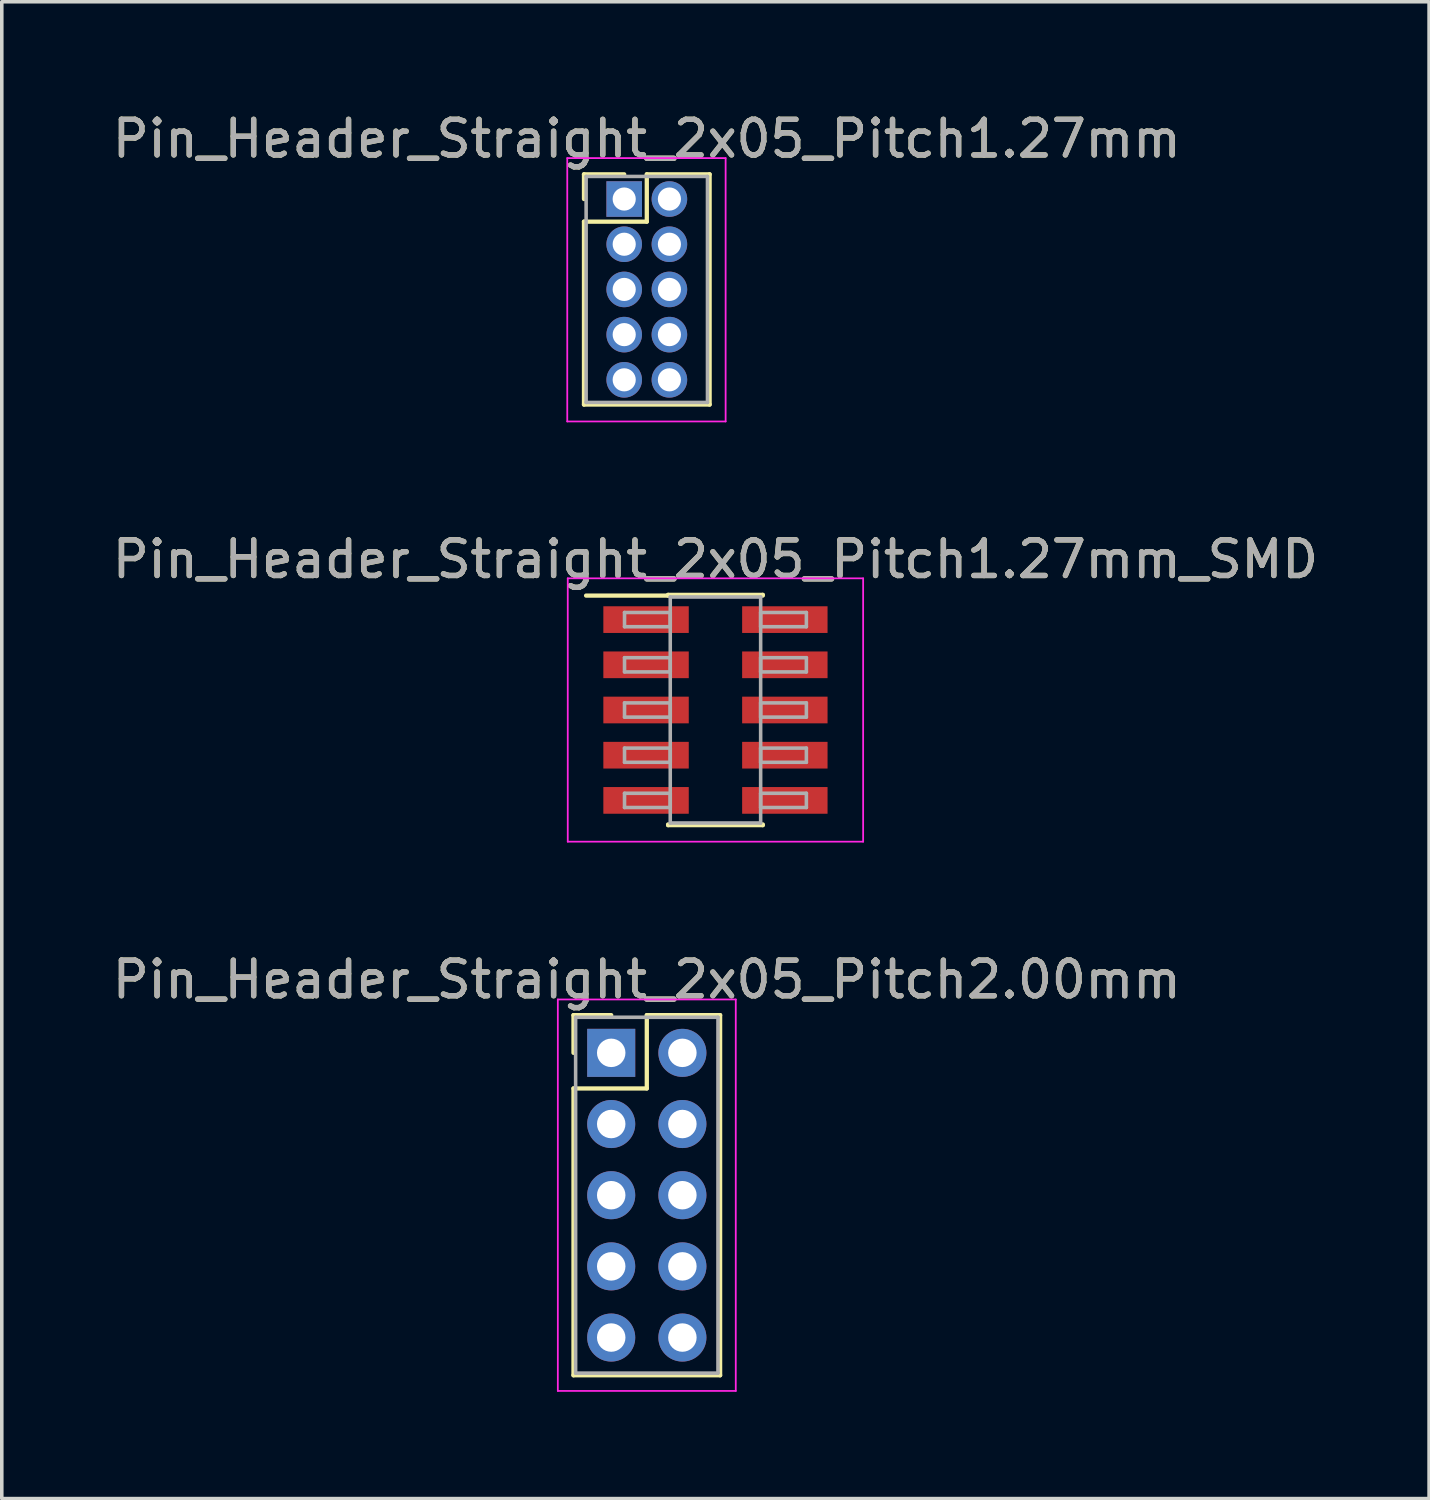
<source format=kicad_pcb>
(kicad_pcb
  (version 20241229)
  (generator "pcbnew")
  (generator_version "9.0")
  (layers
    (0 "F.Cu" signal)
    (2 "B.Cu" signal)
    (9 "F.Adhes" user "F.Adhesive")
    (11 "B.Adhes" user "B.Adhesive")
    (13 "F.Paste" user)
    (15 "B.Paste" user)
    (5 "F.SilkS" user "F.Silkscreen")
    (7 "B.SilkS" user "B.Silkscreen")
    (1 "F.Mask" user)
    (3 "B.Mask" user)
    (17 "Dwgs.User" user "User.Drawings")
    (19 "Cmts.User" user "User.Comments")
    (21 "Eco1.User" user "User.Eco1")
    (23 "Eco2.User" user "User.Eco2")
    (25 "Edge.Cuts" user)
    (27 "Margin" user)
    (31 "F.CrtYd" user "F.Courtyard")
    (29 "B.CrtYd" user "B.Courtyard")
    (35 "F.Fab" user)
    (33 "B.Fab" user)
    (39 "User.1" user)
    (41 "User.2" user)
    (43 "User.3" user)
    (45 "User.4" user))
  (footprint "Pin_Header_Straight_2x05_Pitch1.27mm"
    (layer "F.Cu")
    (at 14.49 2.543)
    (property "Reference" "Pin_Header_Straight_2x05_Pitch1.27mm" (at 0.635 -1.695 0) (layer "F.SilkS") (effects (font (size 1 1) (thickness 0.15))))
    (attr through_hole)
    (fp_line (start -1.13 -0.695) (end 0 -0.695) (stroke (width 0.12) (type solid)) (layer "F.SilkS"))
    (fp_line (start -1.13 0) (end -1.13 -0.695) (stroke (width 0.12) (type solid)) (layer "F.SilkS"))
    (fp_line (start -1.13 0.635) (end -1.13 5.775) (stroke (width 0.12) (type solid)) (layer "F.SilkS"))
    (fp_line (start -1.13 5.775) (end 2.4 5.775) (stroke (width 0.12) (type solid)) (layer "F.SilkS"))
    (fp_line (start 0.635 -0.695) (end 0.635 0.635) (stroke (width 0.12) (type solid)) (layer "F.SilkS"))
    (fp_line (start 0.635 0.635) (end -1.13 0.635) (stroke (width 0.12) (type solid)) (layer "F.SilkS"))
    (fp_line (start 2.4 -0.695) (end 0.635 -0.695) (stroke (width 0.12) (type solid)) (layer "F.SilkS"))
    (fp_line (start 2.4 5.775) (end 2.4 -0.695) (stroke (width 0.12) (type solid)) (layer "F.SilkS"))
    (fp_line (start -1.6 -1.15) (end -1.6 6.25) (stroke (width 0.05) (type solid)) (layer "F.CrtYd"))
    (fp_line (start -1.6 6.25) (end 2.85 6.25) (stroke (width 0.05) (type solid)) (layer "F.CrtYd"))
    (fp_line (start 2.85 -1.15) (end -1.6 -1.15) (stroke (width 0.05) (type solid)) (layer "F.CrtYd"))
    (fp_line (start 2.85 6.25) (end 2.85 -1.15) (stroke (width 0.05) (type solid)) (layer "F.CrtYd"))
    (fp_line (start -1.07 -0.635) (end -1.07 5.715) (stroke (width 0.1) (type solid)) (layer "F.Fab"))
    (fp_line (start -1.07 5.715) (end 2.34 5.715) (stroke (width 0.1) (type solid)) (layer "F.Fab"))
    (fp_line (start 2.34 -0.635) (end -1.07 -0.635) (stroke (width 0.1) (type solid)) (layer "F.Fab"))
    (fp_line (start 2.34 5.715) (end 2.34 -0.635) (stroke (width 0.1) (type solid)) (layer "F.Fab"))
    (fp_text user "${REFERENCE}" (at 0.635 -1.695 0) (layer "F.Fab") (effects (font (size 1 1) (thickness 0.15))))
    (pad "1" thru_hole rect (at 0 0) (size 1 1) (drill 0.65) (layers "*.Cu" "*.Mask"))
    (pad "2" thru_hole oval (at 1.27 0) (size 1 1) (drill 0.65) (layers "*.Cu" "*.Mask"))
    (pad "3" thru_hole oval (at 0 1.27) (size 1 1) (drill 0.65) (layers "*.Cu" "*.Mask"))
    (pad "4" thru_hole oval (at 1.27 1.27) (size 1 1) (drill 0.65) (layers "*.Cu" "*.Mask"))
    (pad "5" thru_hole oval (at 0 2.54) (size 1 1) (drill 0.65) (layers "*.Cu" "*.Mask"))
    (pad "6" thru_hole oval (at 1.27 2.54) (size 1 1) (drill 0.65) (layers "*.Cu" "*.Mask"))
    (pad "7" thru_hole oval (at 0 3.81) (size 1 1) (drill 0.65) (layers "*.Cu" "*.Mask"))
    (pad "8" thru_hole oval (at 1.27 3.81) (size 1 1) (drill 0.65) (layers "*.Cu" "*.Mask"))
    (pad "9" thru_hole oval (at 0 5.08) (size 1 1) (drill 0.65) (layers "*.Cu" "*.Mask"))
    (pad "10" thru_hole oval (at 1.27 5.08) (size 1 1) (drill 0.65) (layers "*.Cu" "*.Mask")))
  (footprint "Pin_Header_Straight_2x05_Pitch2.00mm"
    (layer "F.Cu")
    (at 14.125 26.535)
    (property "Reference" "Pin_Header_Straight_2x05_Pitch2.00mm" (at 1 -2.06 0) (layer "F.SilkS") (effects (font (size 1 1) (thickness 0.15))))
    (attr through_hole)
    (fp_line (start -1.06 -1.06) (end 0 -1.06) (stroke (width 0.12) (type solid)) (layer "F.SilkS"))
    (fp_line (start -1.06 0) (end -1.06 -1.06) (stroke (width 0.12) (type solid)) (layer "F.SilkS"))
    (fp_line (start -1.06 1) (end -1.06 9.06) (stroke (width 0.12) (type solid)) (layer "F.SilkS"))
    (fp_line (start -1.06 9.06) (end 3.06 9.06) (stroke (width 0.12) (type solid)) (layer "F.SilkS"))
    (fp_line (start 1 -1.06) (end 1 1) (stroke (width 0.12) (type solid)) (layer "F.SilkS"))
    (fp_line (start 1 1) (end -1.06 1) (stroke (width 0.12) (type solid)) (layer "F.SilkS"))
    (fp_line (start 3.06 -1.06) (end 1 -1.06) (stroke (width 0.12) (type solid)) (layer "F.SilkS"))
    (fp_line (start 3.06 9.06) (end 3.06 -1.06) (stroke (width 0.12) (type solid)) (layer "F.SilkS"))
    (fp_line (start -1.5 -1.5) (end -1.5 9.5) (stroke (width 0.05) (type solid)) (layer "F.CrtYd"))
    (fp_line (start -1.5 9.5) (end 3.5 9.5) (stroke (width 0.05) (type solid)) (layer "F.CrtYd"))
    (fp_line (start 3.5 -1.5) (end -1.5 -1.5) (stroke (width 0.05) (type solid)) (layer "F.CrtYd"))
    (fp_line (start 3.5 9.5) (end 3.5 -1.5) (stroke (width 0.05) (type solid)) (layer "F.CrtYd"))
    (fp_line (start -1 -1) (end -1 9) (stroke (width 0.1) (type solid)) (layer "F.Fab"))
    (fp_line (start -1 9) (end 3 9) (stroke (width 0.1) (type solid)) (layer "F.Fab"))
    (fp_line (start 3 -1) (end -1 -1) (stroke (width 0.1) (type solid)) (layer "F.Fab"))
    (fp_line (start 3 9) (end 3 -1) (stroke (width 0.1) (type solid)) (layer "F.Fab"))
    (fp_text user "${REFERENCE}" (at 1 -2.06 0) (layer "F.Fab") (effects (font (size 1 1) (thickness 0.15))))
    (pad "1" thru_hole rect (at 0 0) (size 1.35 1.35) (drill 0.8) (layers "*.Cu" "*.Mask"))
    (pad "2" thru_hole oval (at 2 0) (size 1.35 1.35) (drill 0.8) (layers "*.Cu" "*.Mask"))
    (pad "3" thru_hole oval (at 0 2) (size 1.35 1.35) (drill 0.8) (layers "*.Cu" "*.Mask"))
    (pad "4" thru_hole oval (at 2 2) (size 1.35 1.35) (drill 0.8) (layers "*.Cu" "*.Mask"))
    (pad "5" thru_hole oval (at 0 4) (size 1.35 1.35) (drill 0.8) (layers "*.Cu" "*.Mask"))
    (pad "6" thru_hole oval (at 2 4) (size 1.35 1.35) (drill 0.8) (layers "*.Cu" "*.Mask"))
    (pad "7" thru_hole oval (at 0 6) (size 1.35 1.35) (drill 0.8) (layers "*.Cu" "*.Mask"))
    (pad "8" thru_hole oval (at 2 6) (size 1.35 1.35) (drill 0.8) (layers "*.Cu" "*.Mask"))
    (pad "9" thru_hole oval (at 0 8) (size 1.35 1.35) (drill 0.8) (layers "*.Cu" "*.Mask"))
    (pad "10" thru_hole oval (at 2 8) (size 1.35 1.35) (drill 0.8) (layers "*.Cu" "*.Mask")))
  (footprint "Pin_Header_Straight_2x05_Pitch1.27mm_SMD"
    (layer "F.Cu")
    (at 17.054 16.901)
    (property "Reference" "Pin_Header_Straight_2x05_Pitch1.27mm_SMD" (at 0 -4.235 0) (layer "F.SilkS") (effects (font (size 1 1) (thickness 0.15))))
    (attr smd)
    (fp_line (start -3.635 -3.215) (end -1.33 -3.215) (stroke (width 0.12) (type solid)) (layer "F.SilkS"))
    (fp_line (start -1.33 -3.235) (end 1.33 -3.235) (stroke (width 0.12) (type solid)) (layer "F.SilkS"))
    (fp_line (start -1.33 -3.215) (end -1.33 -3.235) (stroke (width 0.12) (type solid)) (layer "F.SilkS"))
    (fp_line (start -1.33 3.215) (end -1.33 3.235) (stroke (width 0.12) (type solid)) (layer "F.SilkS"))
    (fp_line (start -1.33 3.235) (end 1.33 3.235) (stroke (width 0.12) (type solid)) (layer "F.SilkS"))
    (fp_line (start 1.33 -3.235) (end 1.33 -3.215) (stroke (width 0.12) (type solid)) (layer "F.SilkS"))
    (fp_line (start 1.33 3.235) (end 1.33 3.215) (stroke (width 0.12) (type solid)) (layer "F.SilkS"))
    (fp_line (start -4.15 -3.7) (end -4.15 3.7) (stroke (width 0.05) (type solid)) (layer "F.CrtYd"))
    (fp_line (start -4.15 3.7) (end 4.15 3.7) (stroke (width 0.05) (type solid)) (layer "F.CrtYd"))
    (fp_line (start 4.15 -3.7) (end -4.15 -3.7) (stroke (width 0.05) (type solid)) (layer "F.CrtYd"))
    (fp_line (start 4.15 3.7) (end 4.15 -3.7) (stroke (width 0.05) (type solid)) (layer "F.CrtYd"))
    (fp_line (start -2.555 -2.74) (end -1.27 -2.74) (stroke (width 0.1) (type solid)) (layer "F.Fab"))
    (fp_line (start -2.555 -2.34) (end -2.555 -2.74) (stroke (width 0.1) (type solid)) (layer "F.Fab"))
    (fp_line (start -2.555 -1.47) (end -1.27 -1.47) (stroke (width 0.1) (type solid)) (layer "F.Fab"))
    (fp_line (start -2.555 -1.07) (end -2.555 -1.47) (stroke (width 0.1) (type solid)) (layer "F.Fab"))
    (fp_line (start -2.555 -0.2) (end -1.27 -0.2) (stroke (width 0.1) (type solid)) (layer "F.Fab"))
    (fp_line (start -2.555 0.2) (end -2.555 -0.2) (stroke (width 0.1) (type solid)) (layer "F.Fab"))
    (fp_line (start -2.555 1.07) (end -1.27 1.07) (stroke (width 0.1) (type solid)) (layer "F.Fab"))
    (fp_line (start -2.555 1.47) (end -2.555 1.07) (stroke (width 0.1) (type solid)) (layer "F.Fab"))
    (fp_line (start -2.555 2.34) (end -1.27 2.34) (stroke (width 0.1) (type solid)) (layer "F.Fab"))
    (fp_line (start -2.555 2.74) (end -2.555 2.34) (stroke (width 0.1) (type solid)) (layer "F.Fab"))
    (fp_line (start -1.27 -3.175) (end -1.27 3.175) (stroke (width 0.1) (type solid)) (layer "F.Fab"))
    (fp_line (start -1.27 -2.74) (end -1.27 -2.34) (stroke (width 0.1) (type solid)) (layer "F.Fab"))
    (fp_line (start -1.27 -2.34) (end -2.555 -2.34) (stroke (width 0.1) (type solid)) (layer "F.Fab"))
    (fp_line (start -1.27 -1.47) (end -1.27 -1.07) (stroke (width 0.1) (type solid)) (layer "F.Fab"))
    (fp_line (start -1.27 -1.07) (end -2.555 -1.07) (stroke (width 0.1) (type solid)) (layer "F.Fab"))
    (fp_line (start -1.27 -0.2) (end -1.27 0.2) (stroke (width 0.1) (type solid)) (layer "F.Fab"))
    (fp_line (start -1.27 0.2) (end -2.555 0.2) (stroke (width 0.1) (type solid)) (layer "F.Fab"))
    (fp_line (start -1.27 1.07) (end -1.27 1.47) (stroke (width 0.1) (type solid)) (layer "F.Fab"))
    (fp_line (start -1.27 1.47) (end -2.555 1.47) (stroke (width 0.1) (type solid)) (layer "F.Fab"))
    (fp_line (start -1.27 2.34) (end -1.27 2.74) (stroke (width 0.1) (type solid)) (layer "F.Fab"))
    (fp_line (start -1.27 2.74) (end -2.555 2.74) (stroke (width 0.1) (type solid)) (layer "F.Fab"))
    (fp_line (start -1.27 3.175) (end 1.27 3.175) (stroke (width 0.1) (type solid)) (layer "F.Fab"))
    (fp_line (start 1.27 -3.175) (end -1.27 -3.175) (stroke (width 0.1) (type solid)) (layer "F.Fab"))
    (fp_line (start 1.27 -2.74) (end 1.27 -2.34) (stroke (width 0.1) (type solid)) (layer "F.Fab"))
    (fp_line (start 1.27 -2.34) (end 2.555 -2.34) (stroke (width 0.1) (type solid)) (layer "F.Fab"))
    (fp_line (start 1.27 -1.47) (end 1.27 -1.07) (stroke (width 0.1) (type solid)) (layer "F.Fab"))
    (fp_line (start 1.27 -1.07) (end 2.555 -1.07) (stroke (width 0.1) (type solid)) (layer "F.Fab"))
    (fp_line (start 1.27 -0.2) (end 1.27 0.2) (stroke (width 0.1) (type solid)) (layer "F.Fab"))
    (fp_line (start 1.27 0.2) (end 2.555 0.2) (stroke (width 0.1) (type solid)) (layer "F.Fab"))
    (fp_line (start 1.27 1.07) (end 1.27 1.47) (stroke (width 0.1) (type solid)) (layer "F.Fab"))
    (fp_line (start 1.27 1.47) (end 2.555 1.47) (stroke (width 0.1) (type solid)) (layer "F.Fab"))
    (fp_line (start 1.27 2.34) (end 1.27 2.74) (stroke (width 0.1) (type solid)) (layer "F.Fab"))
    (fp_line (start 1.27 2.74) (end 2.555 2.74) (stroke (width 0.1) (type solid)) (layer "F.Fab"))
    (fp_line (start 1.27 3.175) (end 1.27 -3.175) (stroke (width 0.1) (type solid)) (layer "F.Fab"))
    (fp_line (start 2.555 -2.74) (end 1.27 -2.74) (stroke (width 0.1) (type solid)) (layer "F.Fab"))
    (fp_line (start 2.555 -2.34) (end 2.555 -2.74) (stroke (width 0.1) (type solid)) (layer "F.Fab"))
    (fp_line (start 2.555 -1.47) (end 1.27 -1.47) (stroke (width 0.1) (type solid)) (layer "F.Fab"))
    (fp_line (start 2.555 -1.07) (end 2.555 -1.47) (stroke (width 0.1) (type solid)) (layer "F.Fab"))
    (fp_line (start 2.555 -0.2) (end 1.27 -0.2) (stroke (width 0.1) (type solid)) (layer "F.Fab"))
    (fp_line (start 2.555 0.2) (end 2.555 -0.2) (stroke (width 0.1) (type solid)) (layer "F.Fab"))
    (fp_line (start 2.555 1.07) (end 1.27 1.07) (stroke (width 0.1) (type solid)) (layer "F.Fab"))
    (fp_line (start 2.555 1.47) (end 2.555 1.07) (stroke (width 0.1) (type solid)) (layer "F.Fab"))
    (fp_line (start 2.555 2.34) (end 1.27 2.34) (stroke (width 0.1) (type solid)) (layer "F.Fab"))
    (fp_line (start 2.555 2.74) (end 2.555 2.34) (stroke (width 0.1) (type solid)) (layer "F.Fab"))
    (fp_text user "${REFERENCE}" (at 0 -4.235 0) (layer "F.Fab") (effects (font (size 1 1) (thickness 0.15))))
    (pad "1" smd rect (at -1.95 -2.54) (size 2.4 0.75) (layers "F.Cu" "F.Mask" "F.Paste"))
    (pad "2" smd rect (at 1.95 -2.54) (size 2.4 0.75) (layers "F.Cu" "F.Mask" "F.Paste"))
    (pad "3" smd rect (at -1.95 -1.27) (size 2.4 0.75) (layers "F.Cu" "F.Mask" "F.Paste"))
    (pad "4" smd rect (at 1.95 -1.27) (size 2.4 0.75) (layers "F.Cu" "F.Mask" "F.Paste"))
    (pad "5" smd rect (at -1.95 0) (size 2.4 0.75) (layers "F.Cu" "F.Mask" "F.Paste"))
    (pad "6" smd rect (at 1.95 0) (size 2.4 0.75) (layers "F.Cu" "F.Mask" "F.Paste"))
    (pad "7" smd rect (at -1.95 1.27) (size 2.4 0.75) (layers "F.Cu" "F.Mask" "F.Paste"))
    (pad "8" smd rect (at 1.95 1.27) (size 2.4 0.75) (layers "F.Cu" "F.Mask" "F.Paste"))
    (pad "9" smd rect (at -1.95 2.54) (size 2.4 0.75) (layers "F.Cu" "F.Mask" "F.Paste"))
    (pad "10" smd rect (at 1.95 2.54) (size 2.4 0.75) (layers "F.Cu" "F.Mask" "F.Paste")))
  (gr_rect
    (start -3 -3)
    (end 37.107 39.06)
    (stroke (width 0.1) (type default))
    (fill no)
    (layer "Edge.Cuts")))
</source>
